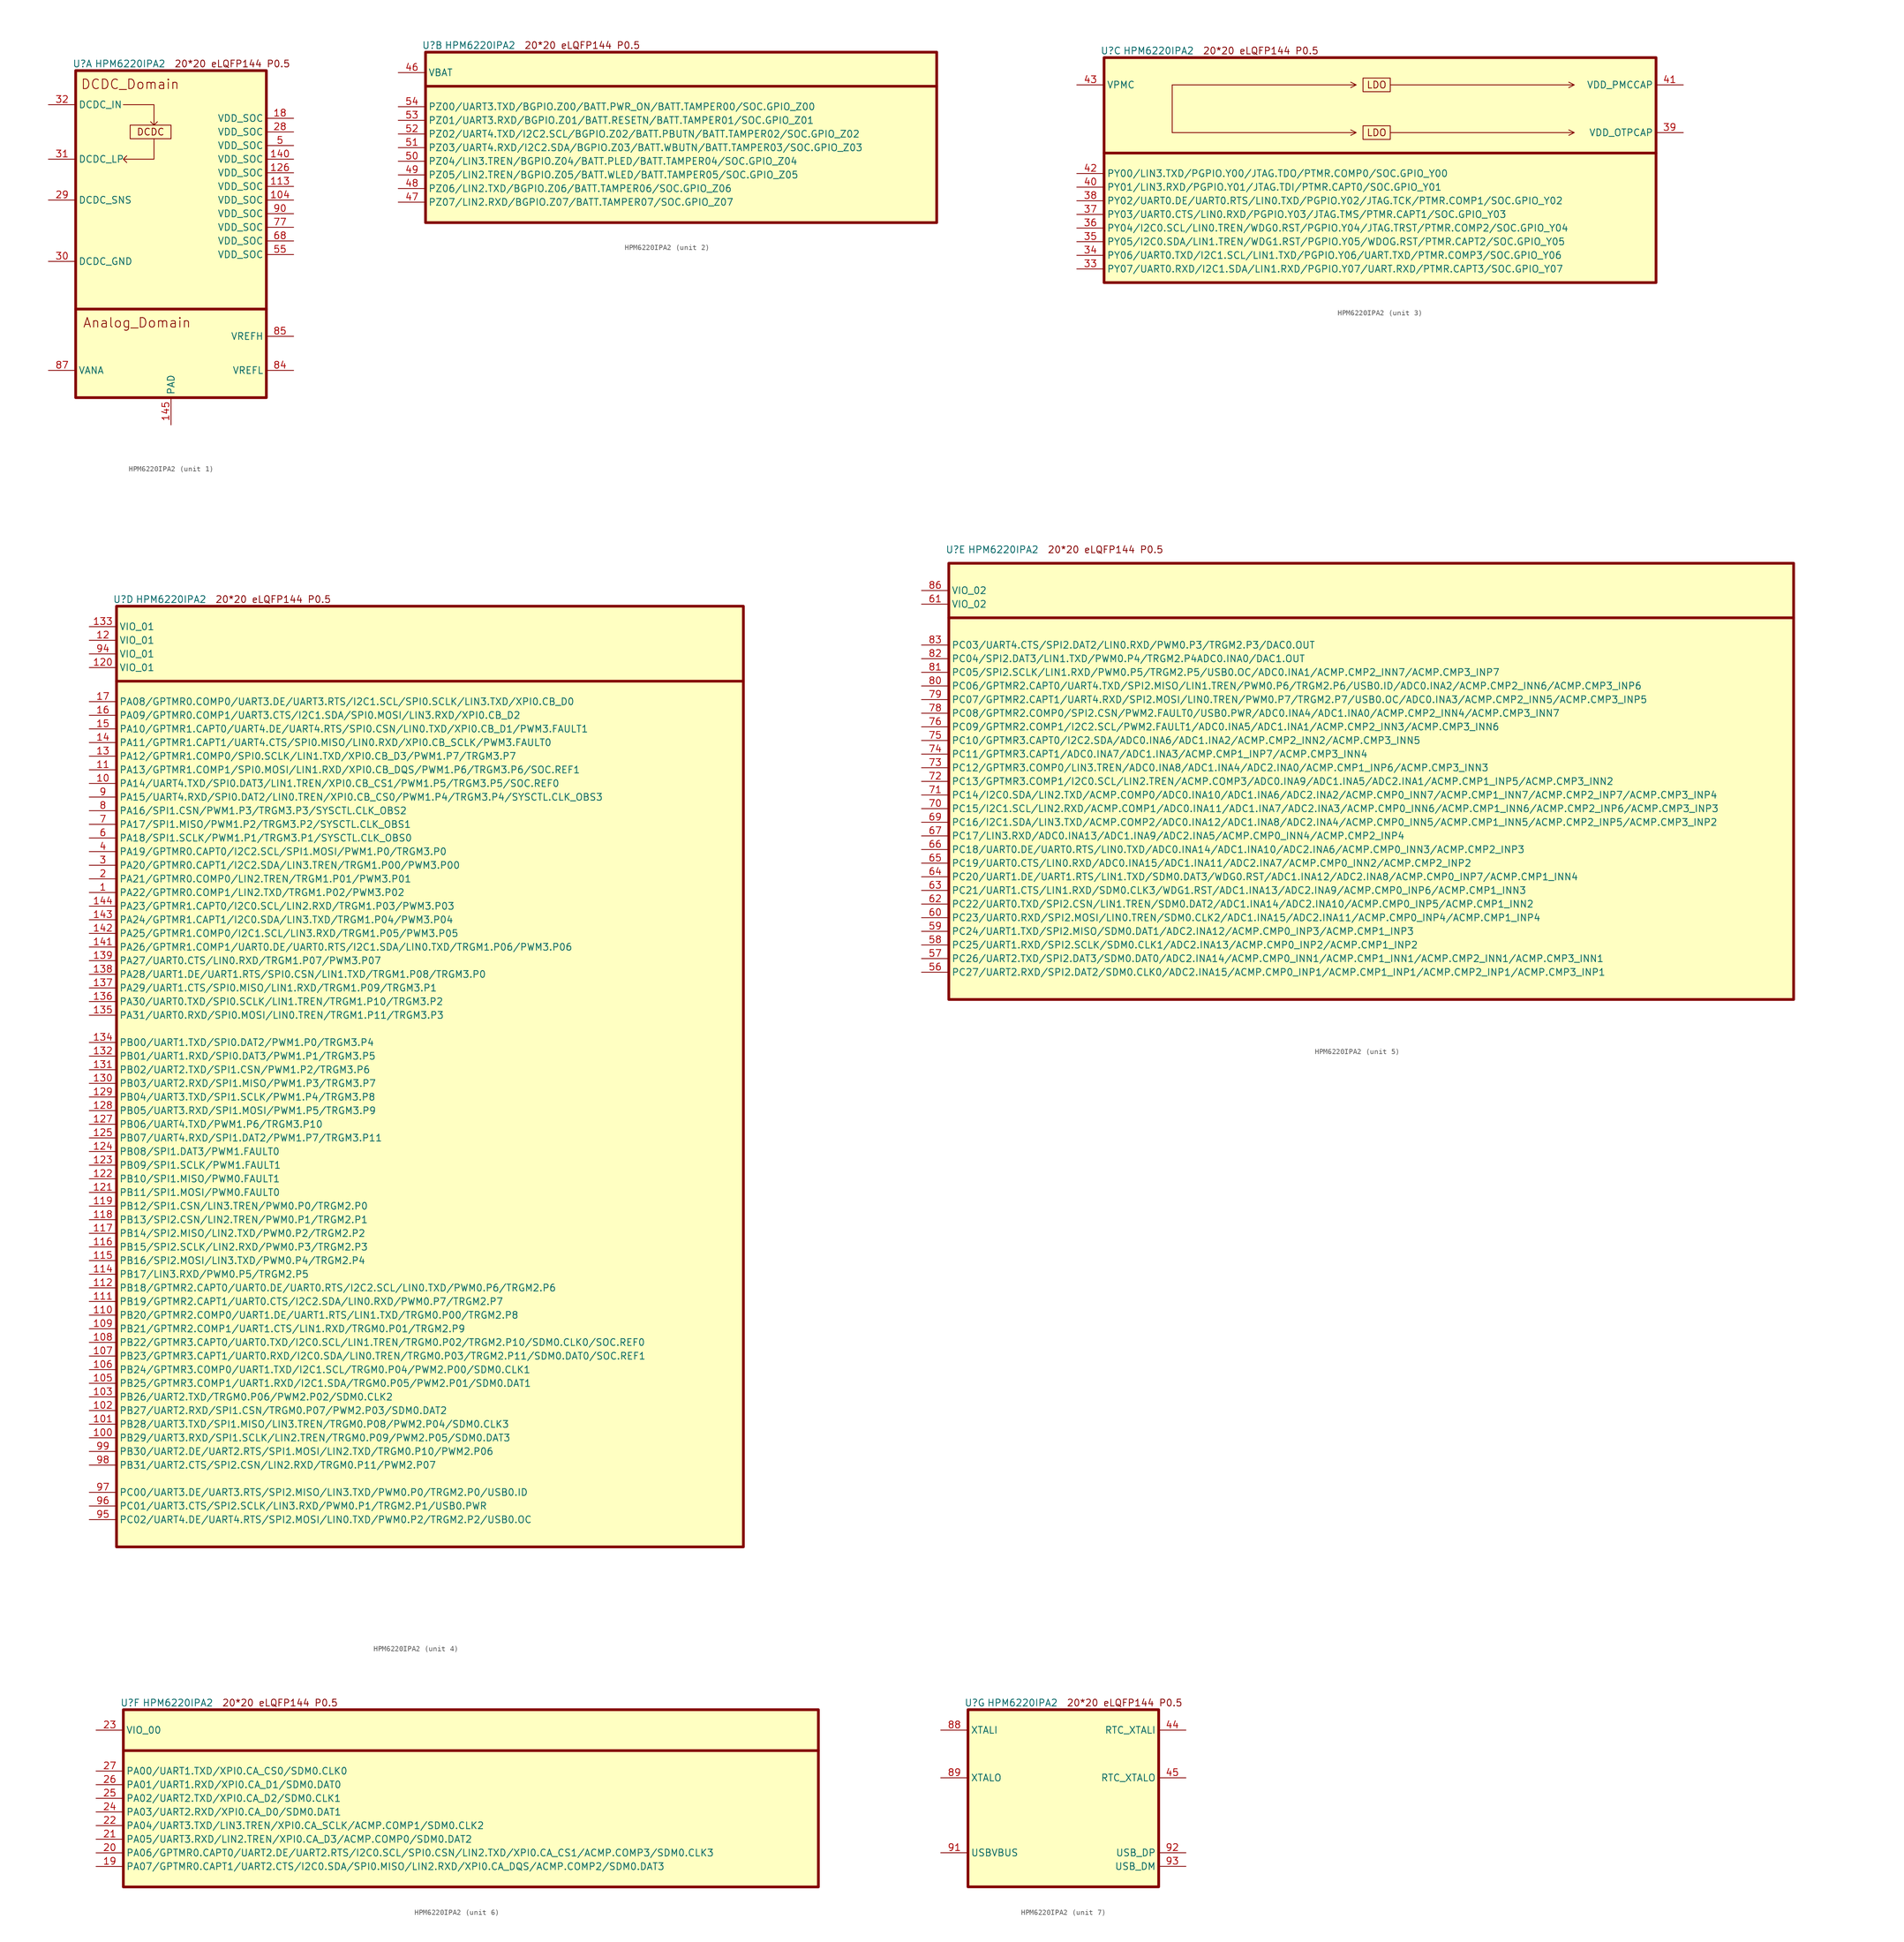
<source format=kicad_sym>
(kicad_symbol_lib
  (version 20220914)
  (generator kicad_symbol_editor)
  (symbol "HPM6220IPA2"
    (property "Reference" "U"
      (at 1.27 1.27 0)
      (effects (font (size 1.27 1.27))))
    (property "Value" "HPM6220IPA2"
      (at 10.16 1.27 0)
      (effects (font (size 1.27 1.27))))
    (property "ki_locked" ""
      (at 0 0 0)
      (effects (font (size 1.27 1.27))))
    (symbol "HPM6220IPA2_0_0"
      (text "20*20 eLQFP144 P0.5" (at 29.21 1.27 0) (effects (font (size 1.27 1.27)))))
    (symbol "HPM6220IPA2_1_1"
      (polyline (pts (xy 0 -44.45) (xy 35.56 -44.45)) (stroke (width 0.508) (type default)) (fill (type none)))
      (polyline (pts (xy 8.89 -6.35) (xy 14.605 -6.35) (xy 14.605 -10.16) (xy 13.97 -9.525) (xy 14.605 -10.16) (xy 15.24 -9.525)) (stroke (width 0) (type default)) (fill (type none)))
      (polyline (pts (xy 14.605 -12.7) (xy 14.605 -16.51) (xy 8.89 -16.51) (xy 9.525 -15.875) (xy 8.89 -16.51) (xy 9.525 -17.145)) (stroke (width 0) (type default)) (fill (type none)))
      (rectangle (start 0 0) (end 35.56 -60.96) (stroke (width 0.508) (type default)) (fill (type background)))
      (rectangle (start 10.16 -10.16) (end 17.78 -12.7) (stroke (width 0) (type default)) (fill (type none)))
      (text "Analog_Domain" (at 11.43 -46.99 0) (effects (font (size 1.778 1.778))))
      (text "DCDC" (at 13.97 -11.43 0) (effects (font (size 1.27 1.27))))
      (text "DCDC_Domain" (at 10.16 -2.54 0) (effects (font (size 1.778 1.778))))
      (pin power_in line (at 40.64 -24.13 180) (length 5.08) (name "VDD_SOC" (effects (font (size 1.27 1.27)))) (number "104" (effects (font (size 1.27 1.27)))))
      (pin power_in line (at 40.64 -21.59 180) (length 5.08) (name "VDD_SOC" (effects (font (size 1.27 1.27)))) (number "113" (effects (font (size 1.27 1.27)))))
      (pin power_in line (at 40.64 -19.05 180) (length 5.08) (name "VDD_SOC" (effects (font (size 1.27 1.27)))) (number "126" (effects (font (size 1.27 1.27)))))
      (pin power_in line (at 40.64 -16.51 180) (length 5.08) (name "VDD_SOC" (effects (font (size 1.27 1.27)))) (number "140" (effects (font (size 1.27 1.27)))))
      (pin power_out line (at 17.78 -66.04 90) (length 5.08) (name "PAD" (effects (font (size 1.27 1.27)))) (number "145" (effects (font (size 1.27 1.27)))))
      (pin power_in line (at 40.64 -8.89 180) (length 5.08) (name "VDD_SOC" (effects (font (size 1.27 1.27)))) (number "18" (effects (font (size 1.27 1.27)))))
      (pin power_in line (at 40.64 -11.43 180) (length 5.08) (name "VDD_SOC" (effects (font (size 1.27 1.27)))) (number "28" (effects (font (size 1.27 1.27)))))
      (pin input line (at -5.08 -24.13 0) (length 5.08) (name "DCDC_SNS" (effects (font (size 1.27 1.27)))) (number "29" (effects (font (size 1.27 1.27)))))
      (pin power_out line (at -5.08 -35.56 0) (length 5.08) (name "DCDC_GND" (effects (font (size 1.27 1.27)))) (number "30" (effects (font (size 1.27 1.27)))))
      (pin power_out line (at -5.08 -16.51 0) (length 5.08) (name "DCDC_LP" (effects (font (size 1.27 1.27)))) (number "31" (effects (font (size 1.27 1.27)))))
      (pin power_in line (at -5.08 -6.35 0) (length 5.08) (name "DCDC_IN" (effects (font (size 1.27 1.27)))) (number "32" (effects (font (size 1.27 1.27)))))
      (pin power_in line (at 40.64 -13.97 180) (length 5.08) (name "VDD_SOC" (effects (font (size 1.27 1.27)))) (number "5" (effects (font (size 1.27 1.27)))))
      (pin power_in line (at 40.64 -34.29 180) (length 5.08) (name "VDD_SOC" (effects (font (size 1.27 1.27)))) (number "55" (effects (font (size 1.27 1.27)))))
      (pin power_in line (at 40.64 -31.75 180) (length 5.08) (name "VDD_SOC" (effects (font (size 1.27 1.27)))) (number "68" (effects (font (size 1.27 1.27)))))
      (pin power_in line (at 40.64 -29.21 180) (length 5.08) (name "VDD_SOC" (effects (font (size 1.27 1.27)))) (number "77" (effects (font (size 1.27 1.27)))))
      (pin power_out line (at 40.64 -55.88 180) (length 5.08) (name "VREFL" (effects (font (size 1.27 1.27)))) (number "84" (effects (font (size 1.27 1.27)))))
      (pin power_in line (at 40.64 -49.53 180) (length 5.08) (name "VREFH" (effects (font (size 1.27 1.27)))) (number "85" (effects (font (size 1.27 1.27)))))
      (pin power_in line (at -5.08 -55.88 0) (length 5.08) (name "VANA" (effects (font (size 1.27 1.27)))) (number "87" (effects (font (size 1.27 1.27)))))
      (pin power_in line (at 40.64 -26.67 180) (length 5.08) (name "VDD_SOC" (effects (font (size 1.27 1.27)))) (number "90" (effects (font (size 1.27 1.27))))))
    (symbol "HPM6220IPA2_2_1"
      (polyline (pts (xy 0 -6.35) (xy 95.25 -6.35)) (stroke (width 0.5) (type default)) (fill (type none)))
      (rectangle (start 0 0) (end 95.25 -31.75) (stroke (width 0.508) (type default)) (fill (type background)))
      (pin power_in line (at -5.08 -3.81 0) (length 5.08) (name "VBAT" (effects (font (size 1.27 1.27)))) (number "46" (effects (font (size 1.27 1.27)))))
      (pin bidirectional line (at -5.08 -27.94 0) (length 5.08) (name "PZ07/LIN2.RXD/BGPIO.Z07/BATT.TAMPER07/SOC.GPIO_Z07" (effects (font (size 1.27 1.27)))) (number "47" (effects (font (size 1.27 1.27)))))
      (pin bidirectional line (at -5.08 -25.4 0) (length 5.08) (name "PZ06/LIN2.TXD/BGPIO.Z06/BATT.TAMPER06/SOC.GPIO_Z06" (effects (font (size 1.27 1.27)))) (number "48" (effects (font (size 1.27 1.27)))))
      (pin bidirectional line (at -5.08 -22.86 0) (length 5.08) (name "PZ05/LIN2.TREN/BGPIO.Z05/BATT.WLED/BATT.TAMPER05/SOC.GPIO_Z05" (effects (font (size 1.27 1.27)))) (number "49" (effects (font (size 1.27 1.27)))))
      (pin bidirectional line (at -5.08 -20.32 0) (length 5.08) (name "PZ04/LIN3.TREN/BGPIO.Z04/BATT.PLED/BATT.TAMPER04/SOC.GPIO_Z04" (effects (font (size 1.27 1.27)))) (number "50" (effects (font (size 1.27 1.27)))))
      (pin bidirectional line (at -5.08 -17.78 0) (length 5.08) (name "PZ03/UART4.RXD/I2C2.SDA/BGPIO.Z03/BATT.WBUTN/BATT.TAMPER03/SOC.GPIO_Z03" (effects (font (size 1.27 1.27)))) (number "51" (effects (font (size 1.27 1.27)))))
      (pin bidirectional line (at -5.08 -15.24 0) (length 5.08) (name "PZ02/UART4.TXD/I2C2.SCL/BGPIO.Z02/BATT.PBUTN/BATT.TAMPER02/SOC.GPIO_Z02" (effects (font (size 1.27 1.27)))) (number "52" (effects (font (size 1.27 1.27)))))
      (pin bidirectional line (at -5.08 -12.7 0) (length 5.08) (name "PZ01/UART3.RXD/BGPIO.Z01/BATT.RESETN/BATT.TAMPER01/SOC.GPIO_Z01" (effects (font (size 1.27 1.27)))) (number "53" (effects (font (size 1.27 1.27)))))
      (pin bidirectional line (at -5.08 -10.16 0) (length 5.08) (name "PZ00/UART3.TXD/BGPIO.Z00/BATT.PWR_ON/BATT.TAMPER00/SOC.GPIO_Z00" (effects (font (size 1.27 1.27)))) (number "54" (effects (font (size 1.27 1.27))))))
    (symbol "HPM6220IPA2_3_0"
      (polyline (pts (xy 12.7 -13.97) (xy 46.99 -13.97) (xy 45.974 -13.462) (xy 46.99 -13.97) (xy 45.974 -14.478)) (stroke (width 0) (type default)) (fill (type none)))
      (polyline (pts (xy 12.7 -5.08) (xy 46.99 -5.08) (xy 45.974 -4.572) (xy 46.99 -5.08) (xy 45.974 -5.588)) (stroke (width 0) (type default)) (fill (type none)))
      (polyline (pts (xy 53.34 -13.97) (xy 87.63 -13.97) (xy 86.614 -13.462) (xy 87.63 -13.97) (xy 86.614 -14.478)) (stroke (width 0) (type default)) (fill (type none)))
      (polyline (pts (xy 53.34 -5.08) (xy 87.63 -5.08) (xy 86.614 -4.572) (xy 87.63 -5.08) (xy 86.614 -5.588)) (stroke (width 0) (type default)) (fill (type none))))
    (symbol "HPM6220IPA2_3_1"
      (polyline (pts (xy 0 -17.78) (xy 102.87 -17.78)) (stroke (width 0.508) (type default)) (fill (type none)))
      (polyline (pts (xy 12.7 -12.7) (xy 12.7 -5.08) (xy 12.7 -13.97)) (stroke (width 0) (type default)) (fill (type none)))
      (rectangle (start 0 0) (end 102.87 -41.91) (stroke (width 0.508) (type default)) (fill (type background)))
      (rectangle (start 48.26 -12.7) (end 53.34 -15.24) (stroke (width 0) (type default)) (fill (type none)))
      (rectangle (start 48.26 -3.81) (end 53.34 -6.35) (stroke (width 0) (type default)) (fill (type none)))
      (text "LDO" (at 50.8 -13.97 0) (effects (font (size 1.27 1.27))))
      (text "LDO" (at 50.8 -5.08 0) (effects (font (size 1.27 1.27))))
      (pin bidirectional line (at -5.08 -39.37 0) (length 5.08) (name "PY07/UART0.RXD/I2C1.SDA/LIN1.RXD/PGPIO.Y07/UART.RXD/PTMR.CAPT3/SOC.GPIO_Y07" (effects (font (size 1.27 1.27)))) (number "33" (effects (font (size 1.27 1.27)))))
      (pin bidirectional line (at -5.08 -36.83 0) (length 5.08) (name "PY06/UART0.TXD/I2C1.SCL/LIN1.TXD/PGPIO.Y06/UART.TXD/PTMR.COMP3/SOC.GPIO_Y06" (effects (font (size 1.27 1.27)))) (number "34" (effects (font (size 1.27 1.27)))))
      (pin bidirectional line (at -5.08 -34.29 0) (length 5.08) (name "PY05/I2C0.SDA/LIN1.TREN/WDG1.RST/PGPIO.Y05/WDOG.RST/PTMR.CAPT2/SOC.GPIO_Y05" (effects (font (size 1.27 1.27)))) (number "35" (effects (font (size 1.27 1.27)))))
      (pin bidirectional line (at -5.08 -31.75 0) (length 5.08) (name "PY04/I2C0.SCL/LIN0.TREN/WDG0.RST/PGPIO.Y04/JTAG.TRST/PTMR.COMP2/SOC.GPIO_Y04" (effects (font (size 1.27 1.27)))) (number "36" (effects (font (size 1.27 1.27)))))
      (pin bidirectional line (at -5.08 -29.21 0) (length 5.08) (name "PY03/UART0.CTS/LIN0.RXD/PGPIO.Y03/JTAG.TMS/PTMR.CAPT1/SOC.GPIO_Y03" (effects (font (size 1.27 1.27)))) (number "37" (effects (font (size 1.27 1.27)))))
      (pin bidirectional line (at -5.08 -26.67 0) (length 5.08) (name "PY02/UART0.DE/UART0.RTS/LIN0.TXD/PGPIO.Y02/JTAG.TCK/PTMR.COMP1/SOC.GPIO_Y02" (effects (font (size 1.27 1.27)))) (number "38" (effects (font (size 1.27 1.27)))))
      (pin power_out line (at 107.95 -13.97 180) (length 5.08) (name "VDD_OTPCAP" (effects (font (size 1.27 1.27)))) (number "39" (effects (font (size 1.27 1.27)))))
      (pin bidirectional line (at -5.08 -24.13 0) (length 5.08) (name "PY01/LIN3.RXD/PGPIO.Y01/JTAG.TDI/PTMR.CAPT0/SOC.GPIO_Y01" (effects (font (size 1.27 1.27)))) (number "40" (effects (font (size 1.27 1.27)))))
      (pin power_out line (at 107.95 -5.08 180) (length 5.08) (name "VDD_PMCCAP" (effects (font (size 1.27 1.27)))) (number "41" (effects (font (size 1.27 1.27)))))
      (pin bidirectional line (at -5.08 -21.59 0) (length 5.08) (name "PY00/LIN3.TXD/PGPIO.Y00/JTAG.TDO/PTMR.COMP0/SOC.GPIO_Y00" (effects (font (size 1.27 1.27)))) (number "42" (effects (font (size 1.27 1.27)))))
      (pin power_in line (at -5.08 -5.08 0) (length 5.08) (name "VPMC" (effects (font (size 1.27 1.27)))) (number "43" (effects (font (size 1.27 1.27))))))
    (symbol "HPM6220IPA2_4_1"
      (polyline (pts (xy 0 -13.97) (xy 116.84 -13.97)) (stroke (width 0.5) (type default)) (fill (type none)))
      (rectangle (start 0 0) (end 116.84 -175.26) (stroke (width 0.508) (type default)) (fill (type background)))
      (pin bidirectional line (at -5.08 -53.34 0) (length 5.08) (name "PA22/GPTMR0.COMP1/LIN2.TXD/TRGM1.P02/PWM3.P02" (effects (font (size 1.27 1.27)))) (number "1" (effects (font (size 1.27 1.27)))))
      (pin bidirectional line (at -5.08 -33.02 0) (length 5.08) (name "PA14/UART4.TXD/SPI0.DAT3/LIN1.TREN/XPI0.CB_CS1/PWM1.P5/TRGM3.P5/SOC.REF0" (effects (font (size 1.27 1.27)))) (number "10" (effects (font (size 1.27 1.27)))))
      (pin bidirectional line (at -5.08 -154.94 0) (length 5.08) (name "PB29/UART3.RXD/SPI1.SCLK/LIN2.TREN/TRGM0.P09/PWM2.P05/SDM0.DAT3" (effects (font (size 1.27 1.27)))) (number "100" (effects (font (size 1.27 1.27)))))
      (pin bidirectional line (at -5.08 -152.4 0) (length 5.08) (name "PB28/UART3.TXD/SPI1.MISO/LIN3.TREN/TRGM0.P08/PWM2.P04/SDM0.CLK3" (effects (font (size 1.27 1.27)))) (number "101" (effects (font (size 1.27 1.27)))))
      (pin bidirectional line (at -5.08 -149.86 0) (length 5.08) (name "PB27/UART2.RXD/SPI1.CSN/TRGM0.P07/PWM2.P03/SDM0.DAT2" (effects (font (size 1.27 1.27)))) (number "102" (effects (font (size 1.27 1.27)))))
      (pin bidirectional line (at -5.08 -147.32 0) (length 5.08) (name "PB26/UART2.TXD/TRGM0.P06/PWM2.P02/SDM0.CLK2" (effects (font (size 1.27 1.27)))) (number "103" (effects (font (size 1.27 1.27)))))
      (pin bidirectional line (at -5.08 -144.78 0) (length 5.08) (name "PB25/GPTMR3.COMP1/UART1.RXD/I2C1.SDA/TRGM0.P05/PWM2.P01/SDM0.DAT1" (effects (font (size 1.27 1.27)))) (number "105" (effects (font (size 1.27 1.27)))))
      (pin bidirectional line (at -5.08 -142.24 0) (length 5.08) (name "PB24/GPTMR3.COMP0/UART1.TXD/I2C1.SCL/TRGM0.P04/PWM2.P00/SDM0.CLK1" (effects (font (size 1.27 1.27)))) (number "106" (effects (font (size 1.27 1.27)))))
      (pin bidirectional line (at -5.08 -139.7 0) (length 5.08) (name "PB23/GPTMR3.CAPT1/UART0.RXD/I2C0.SDA/LIN0.TREN/TRGM0.P03/TRGM2.P11/SDM0.DAT0/SOC.REF1" (effects (font (size 1.27 1.27)))) (number "107" (effects (font (size 1.27 1.27)))))
      (pin bidirectional line (at -5.08 -137.16 0) (length 5.08) (name "PB22/GPTMR3.CAPT0/UART0.TXD/I2C0.SCL/LIN1.TREN/TRGM0.P02/TRGM2.P10/SDM0.CLK0/SOC.REF0" (effects (font (size 1.27 1.27)))) (number "108" (effects (font (size 1.27 1.27)))))
      (pin bidirectional line (at -5.08 -134.62 0) (length 5.08) (name "PB21/GPTMR2.COMP1/UART1.CTS/LIN1.RXD/TRGM0.P01/TRGM2.P9" (effects (font (size 1.27 1.27)))) (number "109" (effects (font (size 1.27 1.27)))))
      (pin bidirectional line (at -5.08 -30.48 0) (length 5.08) (name "PA13/GPTMR1.COMP1/SPI0.MOSI/LIN1.RXD/XPI0.CB_DQS/PWM1.P6/TRGM3.P6/SOC.REF1" (effects (font (size 1.27 1.27)))) (number "11" (effects (font (size 1.27 1.27)))))
      (pin bidirectional line (at -5.08 -132.08 0) (length 5.08) (name "PB20/GPTMR2.COMP0/UART1.DE/UART1.RTS/LIN1.TXD/TRGM0.P00/TRGM2.P8" (effects (font (size 1.27 1.27)))) (number "110" (effects (font (size 1.27 1.27)))))
      (pin bidirectional line (at -5.08 -129.54 0) (length 5.08) (name "PB19/GPTMR2.CAPT1/UART0.CTS/I2C2.SDA/LIN0.RXD/PWM0.P7/TRGM2.P7" (effects (font (size 1.27 1.27)))) (number "111" (effects (font (size 1.27 1.27)))))
      (pin bidirectional line (at -5.08 -127 0) (length 5.08) (name "PB18/GPTMR2.CAPT0/UART0.DE/UART0.RTS/I2C2.SCL/LIN0.TXD/PWM0.P6/TRGM2.P6" (effects (font (size 1.27 1.27)))) (number "112" (effects (font (size 1.27 1.27)))))
      (pin bidirectional line (at -5.08 -124.46 0) (length 5.08) (name "PB17/LIN3.RXD/PWM0.P5/TRGM2.P5" (effects (font (size 1.27 1.27)))) (number "114" (effects (font (size 1.27 1.27)))))
      (pin bidirectional line (at -5.08 -121.92 0) (length 5.08) (name "PB16/SPI2.MOSI/LIN3.TXD/PWM0.P4/TRGM2.P4" (effects (font (size 1.27 1.27)))) (number "115" (effects (font (size 1.27 1.27)))))
      (pin bidirectional line (at -5.08 -119.38 0) (length 5.08) (name "PB15/SPI2.SCLK/LIN2.RXD/PWM0.P3/TRGM2.P3" (effects (font (size 1.27 1.27)))) (number "116" (effects (font (size 1.27 1.27)))))
      (pin bidirectional line (at -5.08 -116.84 0) (length 5.08) (name "PB14/SPI2.MISO/LIN2.TXD/PWM0.P2/TRGM2.P2" (effects (font (size 1.27 1.27)))) (number "117" (effects (font (size 1.27 1.27)))))
      (pin bidirectional line (at -5.08 -114.3 0) (length 5.08) (name "PB13/SPI2.CSN/LIN2.TREN/PWM0.P1/TRGM2.P1" (effects (font (size 1.27 1.27)))) (number "118" (effects (font (size 1.27 1.27)))))
      (pin bidirectional line (at -5.08 -111.76 0) (length 5.08) (name "PB12/SPI1.CSN/LIN3.TREN/PWM0.P0/TRGM2.P0" (effects (font (size 1.27 1.27)))) (number "119" (effects (font (size 1.27 1.27)))))
      (pin power_in line (at -5.08 -6.35 0) (length 5.08) (name "VIO_01" (effects (font (size 1.27 1.27)))) (number "12" (effects (font (size 1.27 1.27)))))
      (pin power_in line (at -5.08 -11.43 0) (length 5.08) (name "VIO_01" (effects (font (size 1.27 1.27)))) (number "120" (effects (font (size 1.27 1.27)))))
      (pin bidirectional line (at -5.08 -109.22 0) (length 5.08) (name "PB11/SPI1.MOSI/PWM0.FAULT0" (effects (font (size 1.27 1.27)))) (number "121" (effects (font (size 1.27 1.27)))))
      (pin bidirectional line (at -5.08 -106.68 0) (length 5.08) (name "PB10/SPI1.MISO/PWM0.FAULT1" (effects (font (size 1.27 1.27)))) (number "122" (effects (font (size 1.27 1.27)))))
      (pin bidirectional line (at -5.08 -104.14 0) (length 5.08) (name "PB09/SPI1.SCLK/PWM1.FAULT1" (effects (font (size 1.27 1.27)))) (number "123" (effects (font (size 1.27 1.27)))))
      (pin bidirectional line (at -5.08 -101.6 0) (length 5.08) (name "PB08/SPI1.DAT3/PWM1.FAULT0" (effects (font (size 1.27 1.27)))) (number "124" (effects (font (size 1.27 1.27)))))
      (pin bidirectional line (at -5.08 -99.06 0) (length 5.08) (name "PB07/UART4.RXD/SPI1.DAT2/PWM1.P7/TRGM3.P11" (effects (font (size 1.27 1.27)))) (number "125" (effects (font (size 1.27 1.27)))))
      (pin bidirectional line (at -5.08 -96.52 0) (length 5.08) (name "PB06/UART4.TXD/PWM1.P6/TRGM3.P10" (effects (font (size 1.27 1.27)))) (number "127" (effects (font (size 1.27 1.27)))))
      (pin bidirectional line (at -5.08 -93.98 0) (length 5.08) (name "PB05/UART3.RXD/SPI1.MOSI/PWM1.P5/TRGM3.P9" (effects (font (size 1.27 1.27)))) (number "128" (effects (font (size 1.27 1.27)))))
      (pin bidirectional line (at -5.08 -91.44 0) (length 5.08) (name "PB04/UART3.TXD/SPI1.SCLK/PWM1.P4/TRGM3.P8" (effects (font (size 1.27 1.27)))) (number "129" (effects (font (size 1.27 1.27)))))
      (pin bidirectional line (at -5.08 -27.94 0) (length 5.08) (name "PA12/GPTMR1.COMP0/SPI0.SCLK/LIN1.TXD/XPI0.CB_D3/PWM1.P7/TRGM3.P7" (effects (font (size 1.27 1.27)))) (number "13" (effects (font (size 1.27 1.27)))))
      (pin bidirectional line (at -5.08 -88.9 0) (length 5.08) (name "PB03/UART2.RXD/SPI1.MISO/PWM1.P3/TRGM3.P7" (effects (font (size 1.27 1.27)))) (number "130" (effects (font (size 1.27 1.27)))))
      (pin bidirectional line (at -5.08 -86.36 0) (length 5.08) (name "PB02/UART2.TXD/SPI1.CSN/PWM1.P2/TRGM3.P6" (effects (font (size 1.27 1.27)))) (number "131" (effects (font (size 1.27 1.27)))))
      (pin bidirectional line (at -5.08 -83.82 0) (length 5.08) (name "PB01/UART1.RXD/SPI0.DAT3/PWM1.P1/TRGM3.P5" (effects (font (size 1.27 1.27)))) (number "132" (effects (font (size 1.27 1.27)))))
      (pin power_in line (at -5.08 -3.81 0) (length 5.08) (name "VIO_01" (effects (font (size 1.27 1.27)))) (number "133" (effects (font (size 1.27 1.27)))))
      (pin bidirectional line (at -5.08 -81.28 0) (length 5.08) (name "PB00/UART1.TXD/SPI0.DAT2/PWM1.P0/TRGM3.P4" (effects (font (size 1.27 1.27)))) (number "134" (effects (font (size 1.27 1.27)))))
      (pin bidirectional line (at -5.08 -76.2 0) (length 5.08) (name "PA31/UART0.RXD/SPI0.MOSI/LIN0.TREN/TRGM1.P11/TRGM3.P3" (effects (font (size 1.27 1.27)))) (number "135" (effects (font (size 1.27 1.27)))))
      (pin bidirectional line (at -5.08 -73.66 0) (length 5.08) (name "PA30/UART0.TXD/SPI0.SCLK/LIN1.TREN/TRGM1.P10/TRGM3.P2" (effects (font (size 1.27 1.27)))) (number "136" (effects (font (size 1.27 1.27)))))
      (pin bidirectional line (at -5.08 -71.12 0) (length 5.08) (name "PA29/UART1.CTS/SPI0.MISO/LIN1.RXD/TRGM1.P09/TRGM3.P1" (effects (font (size 1.27 1.27)))) (number "137" (effects (font (size 1.27 1.27)))))
      (pin bidirectional line (at -5.08 -68.58 0) (length 5.08) (name "PA28/UART1.DE/UART1.RTS/SPI0.CSN/LIN1.TXD/TRGM1.P08/TRGM3.P0" (effects (font (size 1.27 1.27)))) (number "138" (effects (font (size 1.27 1.27)))))
      (pin bidirectional line (at -5.08 -66.04 0) (length 5.08) (name "PA27/UART0.CTS/LIN0.RXD/TRGM1.P07/PWM3.P07" (effects (font (size 1.27 1.27)))) (number "139" (effects (font (size 1.27 1.27)))))
      (pin bidirectional line (at -5.08 -25.4 0) (length 5.08) (name "PA11/GPTMR1.CAPT1/UART4.CTS/SPI0.MISO/LIN0.RXD/XPI0.CB_SCLK/PWM3.FAULT0" (effects (font (size 1.27 1.27)))) (number "14" (effects (font (size 1.27 1.27)))))
      (pin bidirectional line (at -5.08 -63.5 0) (length 5.08) (name "PA26/GPTMR1.COMP1/UART0.DE/UART0.RTS/I2C1.SDA/LIN0.TXD/TRGM1.P06/PWM3.P06" (effects (font (size 1.27 1.27)))) (number "141" (effects (font (size 1.27 1.27)))))
      (pin bidirectional line (at -5.08 -60.96 0) (length 5.08) (name "PA25/GPTMR1.COMP0/I2C1.SCL/LIN3.RXD/TRGM1.P05/PWM3.P05" (effects (font (size 1.27 1.27)))) (number "142" (effects (font (size 1.27 1.27)))))
      (pin bidirectional line (at -5.08 -58.42 0) (length 5.08) (name "PA24/GPTMR1.CAPT1/I2C0.SDA/LIN3.TXD/TRGM1.P04/PWM3.P04" (effects (font (size 1.27 1.27)))) (number "143" (effects (font (size 1.27 1.27)))))
      (pin bidirectional line (at -5.08 -55.88 0) (length 5.08) (name "PA23/GPTMR1.CAPT0/I2C0.SCL/LIN2.RXD/TRGM1.P03/PWM3.P03" (effects (font (size 1.27 1.27)))) (number "144" (effects (font (size 1.27 1.27)))))
      (pin bidirectional line (at -5.08 -22.86 0) (length 5.08) (name "PA10/GPTMR1.CAPT0/UART4.DE/UART4.RTS/SPI0.CSN/LIN0.TXD/XPI0.CB_D1/PWM3.FAULT1" (effects (font (size 1.27 1.27)))) (number "15" (effects (font (size 1.27 1.27)))))
      (pin bidirectional line (at -5.08 -20.32 0) (length 5.08) (name "PA09/GPTMR0.COMP1/UART3.CTS/I2C1.SDA/SPI0.MOSI/LIN3.RXD/XPI0.CB_D2" (effects (font (size 1.27 1.27)))) (number "16" (effects (font (size 1.27 1.27)))))
      (pin bidirectional line (at -5.08 -17.78 0) (length 5.08) (name "PA08/GPTMR0.COMP0/UART3.DE/UART3.RTS/I2C1.SCL/SPI0.SCLK/LIN3.TXD/XPI0.CB_D0" (effects (font (size 1.27 1.27)))) (number "17" (effects (font (size 1.27 1.27)))))
      (pin bidirectional line (at -5.08 -50.8 0) (length 5.08) (name "PA21/GPTMR0.COMP0/LIN2.TREN/TRGM1.P01/PWM3.P01" (effects (font (size 1.27 1.27)))) (number "2" (effects (font (size 1.27 1.27)))))
      (pin bidirectional line (at -5.08 -48.26 0) (length 5.08) (name "PA20/GPTMR0.CAPT1/I2C2.SDA/LIN3.TREN/TRGM1.P00/PWM3.P00" (effects (font (size 1.27 1.27)))) (number "3" (effects (font (size 1.27 1.27)))))
      (pin bidirectional line (at -5.08 -45.72 0) (length 5.08) (name "PA19/GPTMR0.CAPT0/I2C2.SCL/SPI1.MOSI/PWM1.P0/TRGM3.P0" (effects (font (size 1.27 1.27)))) (number "4" (effects (font (size 1.27 1.27)))))
      (pin bidirectional line (at -5.08 -43.18 0) (length 5.08) (name "PA18/SPI1.SCLK/PWM1.P1/TRGM3.P1/SYSCTL.CLK_OBS0" (effects (font (size 1.27 1.27)))) (number "6" (effects (font (size 1.27 1.27)))))
      (pin bidirectional line (at -5.08 -40.64 0) (length 5.08) (name "PA17/SPI1.MISO/PWM1.P2/TRGM3.P2/SYSCTL.CLK_OBS1" (effects (font (size 1.27 1.27)))) (number "7" (effects (font (size 1.27 1.27)))))
      (pin bidirectional line (at -5.08 -38.1 0) (length 5.08) (name "PA16/SPI1.CSN/PWM1.P3/TRGM3.P3/SYSCTL.CLK_OBS2" (effects (font (size 1.27 1.27)))) (number "8" (effects (font (size 1.27 1.27)))))
      (pin bidirectional line (at -5.08 -35.56 0) (length 5.08) (name "PA15/UART4.RXD/SPI0.DAT2/LIN0.TREN/XPI0.CB_CS0/PWM1.P4/TRGM3.P4/SYSCTL.CLK_OBS3" (effects (font (size 1.27 1.27)))) (number "9" (effects (font (size 1.27 1.27)))))
      (pin power_in line (at -5.08 -8.89 0) (length 5.08) (name "VIO_01" (effects (font (size 1.27 1.27)))) (number "94" (effects (font (size 1.27 1.27)))))
      (pin bidirectional line (at -5.08 -170.18 0) (length 5.08) (name "PC02/UART4.DE/UART4.RTS/SPI2.MOSI/LIN0.TXD/PWM0.P2/TRGM2.P2/USB0.OC" (effects (font (size 1.27 1.27)))) (number "95" (effects (font (size 1.27 1.27)))))
      (pin bidirectional line (at -5.08 -167.64 0) (length 5.08) (name "PC01/UART3.CTS/SPI2.SCLK/LIN3.RXD/PWM0.P1/TRGM2.P1/USB0.PWR" (effects (font (size 1.27 1.27)))) (number "96" (effects (font (size 1.27 1.27)))))
      (pin bidirectional line (at -5.08 -165.1 0) (length 5.08) (name "PC00/UART3.DE/UART3.RTS/SPI2.MISO/LIN3.TXD/PWM0.P0/TRGM2.P0/USB0.ID" (effects (font (size 1.27 1.27)))) (number "97" (effects (font (size 1.27 1.27)))))
      (pin bidirectional line (at -5.08 -160.02 0) (length 5.08) (name "PB31/UART2.CTS/SPI2.CSN/LIN2.RXD/TRGM0.P11/PWM2.P07" (effects (font (size 1.27 1.27)))) (number "98" (effects (font (size 1.27 1.27)))))
      (pin bidirectional line (at -5.08 -157.48 0) (length 5.08) (name "PB30/UART2.DE/UART2.RTS/SPI1.MOSI/LIN2.TXD/TRGM0.P10/PWM2.P06" (effects (font (size 1.27 1.27)))) (number "99" (effects (font (size 1.27 1.27))))))
    (symbol "HPM6220IPA2_5_1"
      (rectangle (start 0 -1.27) (end 157.48 -82.55) (stroke (width 0.508) (type default)) (fill (type background)))
      (polyline (pts (xy 0 -11.43) (xy 157.48 -11.43)) (stroke (width 0.5) (type default)) (fill (type none)))
      (pin bidirectional line (at -5.08 -77.47 0) (length 5.08) (name "PC27/UART2.RXD/SPI2.DAT2/SDM0.CLK0/ADC2.INA15/ACMP.CMP0_INP1/ACMP.CMP1_INP1/ACMP.CMP2_INP1/ACMP.CMP3_INP1" (effects (font (size 1.27 1.27)))) (number "56" (effects (font (size 1.27 1.27)))))
      (pin bidirectional line (at -5.08 -74.93 0) (length 5.08) (name "PC26/UART2.TXD/SPI2.DAT3/SDM0.DAT0/ADC2.INA14/ACMP.CMP0_INN1/ACMP.CMP1_INN1/ACMP.CMP2_INN1/ACMP.CMP3_INN1" (effects (font (size 1.27 1.27)))) (number "57" (effects (font (size 1.27 1.27)))))
      (pin bidirectional line (at -5.08 -72.39 0) (length 5.08) (name "PC25/UART1.RXD/SPI2.SCLK/SDM0.CLK1/ADC2.INA13/ACMP.CMP0_INP2/ACMP.CMP1_INP2" (effects (font (size 1.27 1.27)))) (number "58" (effects (font (size 1.27 1.27)))))
      (pin bidirectional line (at -5.08 -69.85 0) (length 5.08) (name "PC24/UART1.TXD/SPI2.MISO/SDM0.DAT1/ADC2.INA12/ACMP.CMP0_INP3/ACMP.CMP1_INP3" (effects (font (size 1.27 1.27)))) (number "59" (effects (font (size 1.27 1.27)))))
      (pin bidirectional line (at -5.08 -67.31 0) (length 5.08) (name "PC23/UART0.RXD/SPI2.MOSI/LIN0.TREN/SDM0.CLK2/ADC1.INA15/ADC2.INA11/ACMP.CMP0_INP4/ACMP.CMP1_INP4" (effects (font (size 1.27 1.27)))) (number "60" (effects (font (size 1.27 1.27)))))
      (pin power_in line (at -5.08 -8.89 0) (length 5.08) (name "VIO_02" (effects (font (size 1.27 1.27)))) (number "61" (effects (font (size 1.27 1.27)))))
      (pin bidirectional line (at -5.08 -64.77 0) (length 5.08) (name "PC22/UART0.TXD/SPI2.CSN/LIN1.TREN/SDM0.DAT2/ADC1.INA14/ADC2.INA10/ACMP.CMP0_INP5/ACMP.CMP1_INN2" (effects (font (size 1.27 1.27)))) (number "62" (effects (font (size 1.27 1.27)))))
      (pin bidirectional line (at -5.08 -62.23 0) (length 5.08) (name "PC21/UART1.CTS/LIN1.RXD/SDM0.CLK3/WDG1.RST/ADC1.INA13/ADC2.INA9/ACMP.CMP0_INP6/ACMP.CMP1_INN3" (effects (font (size 1.27 1.27)))) (number "63" (effects (font (size 1.27 1.27)))))
      (pin bidirectional line (at -5.08 -59.69 0) (length 5.08) (name "PC20/UART1.DE/UART1.RTS/LIN1.TXD/SDM0.DAT3/WDG0.RST/ADC1.INA12/ADC2.INA8/ACMP.CMP0_INP7/ACMP.CMP1_INN4" (effects (font (size 1.27 1.27)))) (number "64" (effects (font (size 1.27 1.27)))))
      (pin bidirectional line (at -5.08 -57.15 0) (length 5.08) (name "PC19/UART0.CTS/LIN0.RXD/ADC0.INA15/ADC1.INA11/ADC2.INA7/ACMP.CMP0_INN2/ACMP.CMP2_INP2" (effects (font (size 1.27 1.27)))) (number "65" (effects (font (size 1.27 1.27)))))
      (pin bidirectional line (at -5.08 -54.61 0) (length 5.08) (name "PC18/UART0.DE/UART0.RTS/LIN0.TXD/ADC0.INA14/ADC1.INA10/ADC2.INA6/ACMP.CMP0_INN3/ACMP.CMP2_INP3" (effects (font (size 1.27 1.27)))) (number "66" (effects (font (size 1.27 1.27)))))
      (pin bidirectional line (at -5.08 -52.07 0) (length 5.08) (name "PC17/LIN3.RXD/ADC0.INA13/ADC1.INA9/ADC2.INA5/ACMP.CMP0_INN4/ACMP.CMP2_INP4" (effects (font (size 1.27 1.27)))) (number "67" (effects (font (size 1.27 1.27)))))
      (pin bidirectional line (at -5.08 -49.53 0) (length 5.08) (name "PC16/I2C1.SDA/LIN3.TXD/ACMP.COMP2/ADC0.INA12/ADC1.INA8/ADC2.INA4/ACMP.CMP0_INN5/ACMP.CMP1_INN5/ACMP.CMP2_INP5/ACMP.CMP3_INP2" (effects (font (size 1.27 1.27)))) (number "69" (effects (font (size 1.27 1.27)))))
      (pin bidirectional line (at -5.08 -46.99 0) (length 5.08) (name "PC15/I2C1.SCL/LIN2.RXD/ACMP.COMP1/ADC0.INA11/ADC1.INA7/ADC2.INA3/ACMP.CMP0_INN6/ACMP.CMP1_INN6/ACMP.CMP2_INP6/ACMP.CMP3_INP3" (effects (font (size 1.27 1.27)))) (number "70" (effects (font (size 1.27 1.27)))))
      (pin bidirectional line (at -5.08 -44.45 0) (length 5.08) (name "PC14/I2C0.SDA/LIN2.TXD/ACMP.COMP0/ADC0.INA10/ADC1.INA6/ADC2.INA2/ACMP.CMP0_INN7/ACMP.CMP1_INN7/ACMP.CMP2_INP7/ACMP.CMP3_INP4" (effects (font (size 1.27 1.27)))) (number "71" (effects (font (size 1.27 1.27)))))
      (pin bidirectional line (at -5.08 -41.91 0) (length 5.08) (name "PC13/GPTMR3.COMP1/I2C0.SCL/LIN2.TREN/ACMP.COMP3/ADC0.INA9/ADC1.INA5/ADC2.INA1/ACMP.CMP1_INP5/ACMP.CMP3_INN2" (effects (font (size 1.27 1.27)))) (number "72" (effects (font (size 1.27 1.27)))))
      (pin bidirectional line (at -5.08 -39.37 0) (length 5.08) (name "PC12/GPTMR3.COMP0/LIN3.TREN/ADC0.INA8/ADC1.INA4/ADC2.INA0/ACMP.CMP1_INP6/ACMP.CMP3_INN3" (effects (font (size 1.27 1.27)))) (number "73" (effects (font (size 1.27 1.27)))))
      (pin bidirectional line (at -5.08 -36.83 0) (length 5.08) (name "PC11/GPTMR3.CAPT1/ADC0.INA7/ADC1.INA3/ACMP.CMP1_INP7/ACMP.CMP3_INN4" (effects (font (size 1.27 1.27)))) (number "74" (effects (font (size 1.27 1.27)))))
      (pin bidirectional line (at -5.08 -34.29 0) (length 5.08) (name "PC10/GPTMR3.CAPT0/I2C2.SDA/ADC0.INA6/ADC1.INA2/ACMP.CMP2_INN2/ACMP.CMP3_INN5" (effects (font (size 1.27 1.27)))) (number "75" (effects (font (size 1.27 1.27)))))
      (pin bidirectional line (at -5.08 -31.75 0) (length 5.08) (name "PC09/GPTMR2.COMP1/I2C2.SCL/PWM2.FAULT1/ADC0.INA5/ADC1.INA1/ACMP.CMP2_INN3/ACMP.CMP3_INN6" (effects (font (size 1.27 1.27)))) (number "76" (effects (font (size 1.27 1.27)))))
      (pin bidirectional line (at -5.08 -29.21 0) (length 5.08) (name "PC08/GPTMR2.COMP0/SPI2.CSN/PWM2.FAULT0/USB0.PWR/ADC0.INA4/ADC1.INA0/ACMP.CMP2_INN4/ACMP.CMP3_INN7" (effects (font (size 1.27 1.27)))) (number "78" (effects (font (size 1.27 1.27)))))
      (pin bidirectional line (at -5.08 -26.67 0) (length 5.08) (name "PC07/GPTMR2.CAPT1/UART4.RXD/SPI2.MOSI/LIN0.TREN/PWM0.P7/TRGM2.P7/USB0.OC/ADC0.INA3/ACMP.CMP2_INN5/ACMP.CMP3_INP5" (effects (font (size 1.27 1.27)))) (number "79" (effects (font (size 1.27 1.27)))))
      (pin bidirectional line (at -5.08 -24.13 0) (length 5.08) (name "PC06/GPTMR2.CAPT0/UART4.TXD/SPI2.MISO/LIN1.TREN/PWM0.P6/TRGM2.P6/USB0.ID/ADC0.INA2/ACMP.CMP2_INN6/ACMP.CMP3_INP6" (effects (font (size 1.27 1.27)))) (number "80" (effects (font (size 1.27 1.27)))))
      (pin bidirectional line (at -5.08 -21.59 0) (length 5.08) (name "PC05/SPI2.SCLK/LIN1.RXD/PWM0.P5/TRGM2.P5/USB0.OC/ADC0.INA1/ACMP.CMP2_INN7/ACMP.CMP3_INP7" (effects (font (size 1.27 1.27)))) (number "81" (effects (font (size 1.27 1.27)))))
      (pin bidirectional line (at -5.08 -19.05 0) (length 5.08) (name "PC04/SPI2.DAT3/LIN1.TXD/PWM0.P4/TRGM2.P4ADC0.INA0/DAC1.OUT" (effects (font (size 1.27 1.27)))) (number "82" (effects (font (size 1.27 1.27)))))
      (pin bidirectional line (at -5.08 -16.51 0) (length 5.08) (name "PC03/UART4.CTS/SPI2.DAT2/LIN0.RXD/PWM0.P3/TRGM2.P3/DAC0.OUT" (effects (font (size 1.27 1.27)))) (number "83" (effects (font (size 1.27 1.27)))))
      (pin power_in line (at -5.08 -6.35 0) (length 5.08) (name "VIO_02" (effects (font (size 1.27 1.27)))) (number "86" (effects (font (size 1.27 1.27))))))
    (symbol "HPM6220IPA2_6_1"
      (polyline (pts (xy 0 -7.62) (xy 129.54 -7.62)) (stroke (width 0.5) (type default)) (fill (type none)))
      (rectangle (start 0 0) (end 129.54 -33.02) (stroke (width 0.508) (type default)) (fill (type background)))
      (pin bidirectional line (at -5.08 -29.21 0) (length 5.08) (name "PA07/GPTMR0.CAPT1/UART2.CTS/I2C0.SDA/SPI0.MISO/LIN2.RXD/XPI0.CA_DQS/ACMP.COMP2/SDM0.DAT3" (effects (font (size 1.27 1.27)))) (number "19" (effects (font (size 1.27 1.27)))))
      (pin bidirectional line (at -5.08 -26.67 0) (length 5.08) (name "PA06/GPTMR0.CAPT0/UART2.DE/UART2.RTS/I2C0.SCL/SPI0.CSN/LIN2.TXD/XPI0.CA_CS1/ACMP.COMP3/SDM0.CLK3" (effects (font (size 1.27 1.27)))) (number "20" (effects (font (size 1.27 1.27)))))
      (pin bidirectional line (at -5.08 -24.13 0) (length 5.08) (name "PA05/UART3.RXD/LIN2.TREN/XPI0.CA_D3/ACMP.COMP0/SDM0.DAT2" (effects (font (size 1.27 1.27)))) (number "21" (effects (font (size 1.27 1.27)))))
      (pin bidirectional line (at -5.08 -21.59 0) (length 5.08) (name "PA04/UART3.TXD/LIN3.TREN/XPI0.CA_SCLK/ACMP.COMP1/SDM0.CLK2" (effects (font (size 1.27 1.27)))) (number "22" (effects (font (size 1.27 1.27)))))
      (pin power_in line (at -5.08 -3.81 0) (length 5.08) (name "VIO_00" (effects (font (size 1.27 1.27)))) (number "23" (effects (font (size 1.27 1.27)))))
      (pin bidirectional line (at -5.08 -19.05 0) (length 5.08) (name "PA03/UART2.RXD/XPI0.CA_D0/SDM0.DAT1" (effects (font (size 1.27 1.27)))) (number "24" (effects (font (size 1.27 1.27)))))
      (pin bidirectional line (at -5.08 -16.51 0) (length 5.08) (name "PA02/UART2.TXD/XPI0.CA_D2/SDM0.CLK1" (effects (font (size 1.27 1.27)))) (number "25" (effects (font (size 1.27 1.27)))))
      (pin bidirectional line (at -5.08 -13.97 0) (length 5.08) (name "PA01/UART1.RXD/XPI0.CA_D1/SDM0.DAT0" (effects (font (size 1.27 1.27)))) (number "26" (effects (font (size 1.27 1.27)))))
      (pin bidirectional line (at -5.08 -11.43 0) (length 5.08) (name "PA00/UART1.TXD/XPI0.CA_CS0/SDM0.CLK0" (effects (font (size 1.27 1.27)))) (number "27" (effects (font (size 1.27 1.27))))))
    (symbol "HPM6220IPA2_7_1"
      (rectangle (start 0 0) (end 35.56 -33.02) (stroke (width 0.508) (type default)) (fill (type background)))
      (pin output line (at 40.64 -3.81 180) (length 5.08) (name "RTC_XTALI" (effects (font (size 1.27 1.27)))) (number "44" (effects (font (size 1.27 1.27)))))
      (pin input line (at 40.64 -12.7 180) (length 5.08) (name "RTC_XTALO" (effects (font (size 1.27 1.27)))) (number "45" (effects (font (size 1.27 1.27)))))
      (pin input line (at -5.08 -3.81 0) (length 5.08) (name "XTALI" (effects (font (size 1.27 1.27)))) (number "88" (effects (font (size 1.27 1.27)))))
      (pin output line (at -5.08 -12.7 0) (length 5.08) (name "XTALO" (effects (font (size 1.27 1.27)))) (number "89" (effects (font (size 1.27 1.27)))))
      (pin power_in line (at -5.08 -26.67 0) (length 5.08) (name "USBVBUS" (effects (font (size 1.27 1.27)))) (number "91" (effects (font (size 1.27 1.27)))))
      (pin bidirectional line (at 40.64 -26.67 180) (length 5.08) (name "USB_DP" (effects (font (size 1.27 1.27)))) (number "92" (effects (font (size 1.27 1.27)))))
      (pin bidirectional line (at 40.64 -29.21 180) (length 5.08) (name "USB_DM" (effects (font (size 1.27 1.27)))) (number "93" (effects (font (size 1.27 1.27))))))))
</source>
